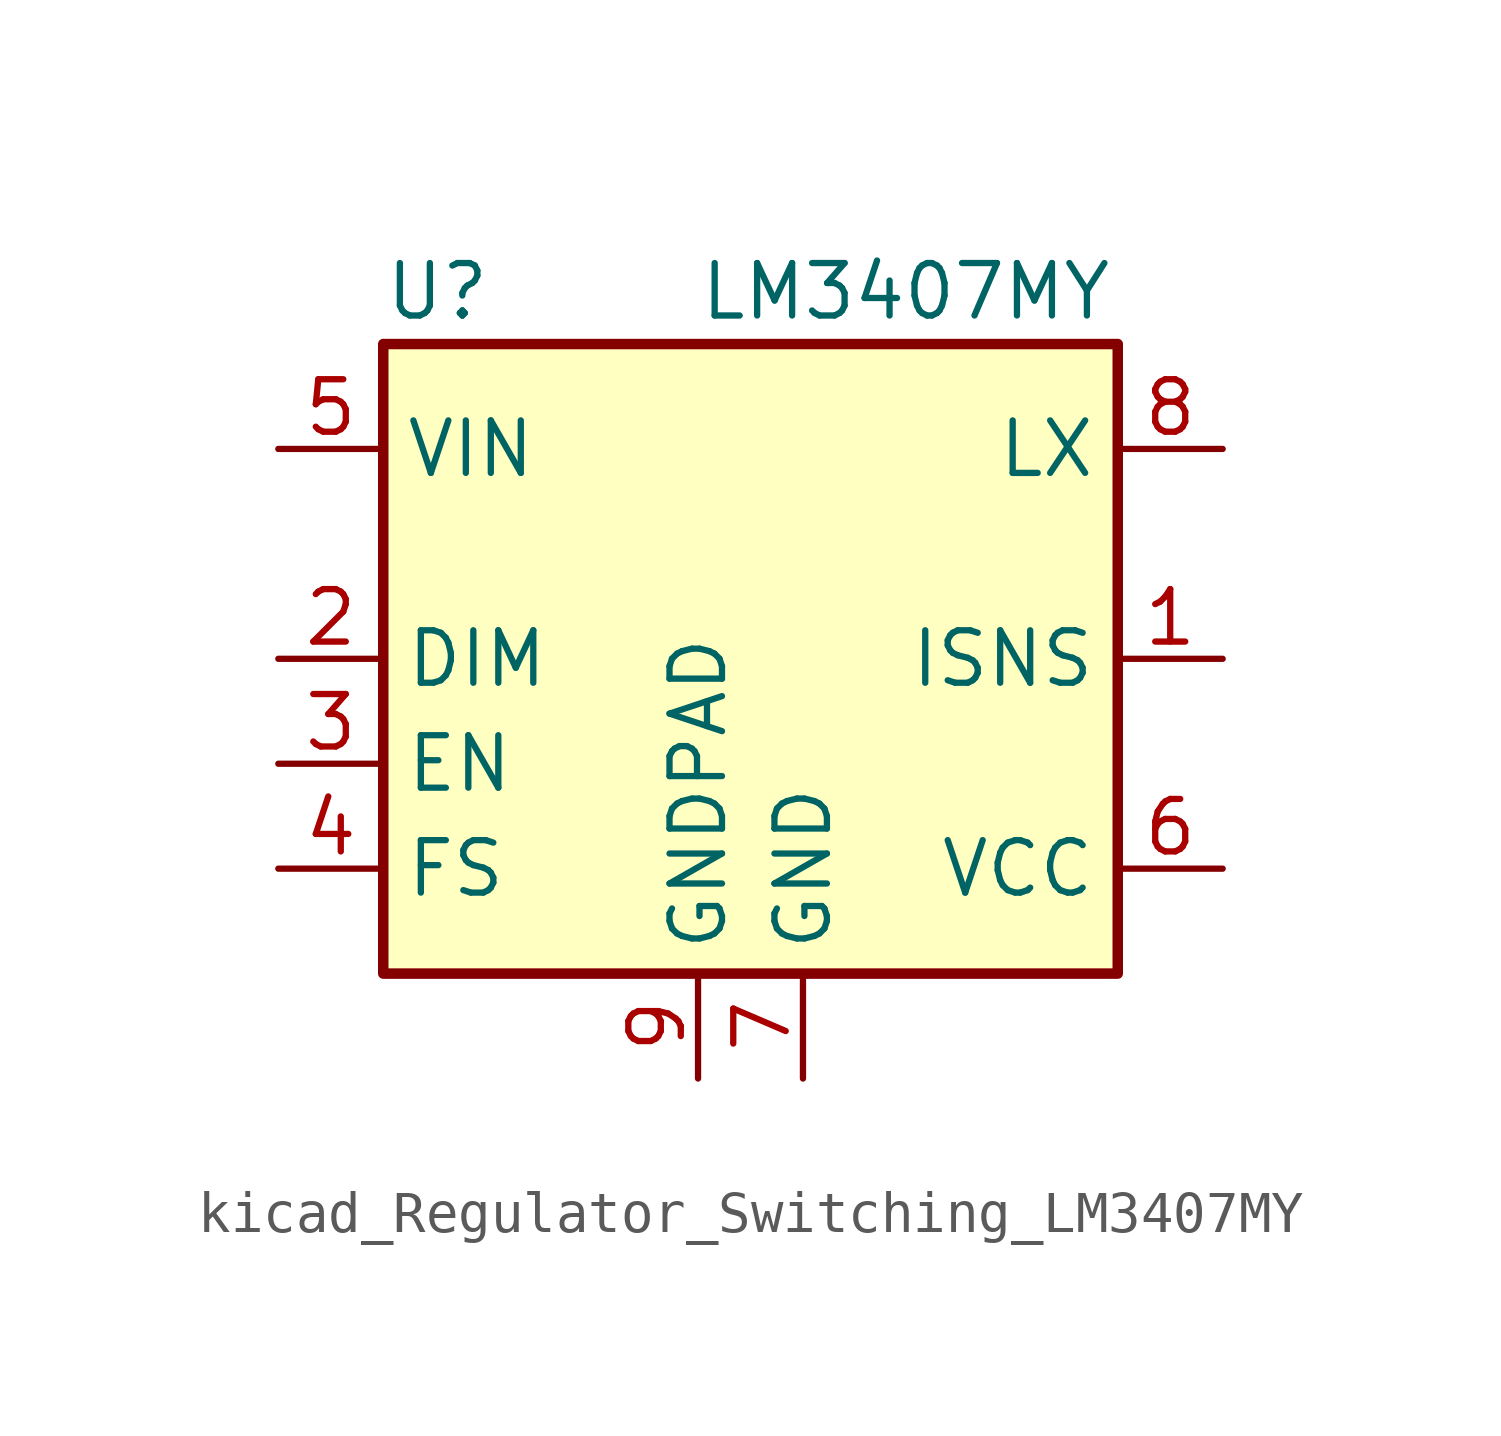
<source format=kicad_sym>
(kicad_symbol_lib
  (version 20220914)
  (generator kicad_symbol_editor)
  (symbol "kicad_Regulator_Switching_LM3407MY"
    (property "Reference" "U"
      (at -7.62 8.89 0)
      (effects (font (size 1.27 1.27)) (justify left)))
    (property "Value" "LM3407MY"
      (at 0 8.89 0)
      (effects (font (size 1.27 1.27)) (justify left)))
    (symbol "kicad_Regulator_Switching_LM3407MY_0_1"
      (rectangle (start -7.62 7.62) (end 10.16 -7.62) (stroke (width 0.254) (type default)) (fill (type background))))
    (symbol "kicad_Regulator_Switching_LM3407MY_1_1"
      (pin output line (at 12.7 0 180) (length 2.54) (name "ISNS" (effects (font (size 1.27 1.27)))) (number "1" (effects (font (size 1.27 1.27)))))
      (pin input line (at -10.16 0 0) (length 2.54) (name "DIM" (effects (font (size 1.27 1.27)))) (number "2" (effects (font (size 1.27 1.27)))))
      (pin input line (at -10.16 -2.54 0) (length 2.54) (name "EN" (effects (font (size 1.27 1.27)))) (number "3" (effects (font (size 1.27 1.27)))))
      (pin output line (at -10.16 -5.08 0) (length 2.54) (name "FS" (effects (font (size 1.27 1.27)))) (number "4" (effects (font (size 1.27 1.27)))))
      (pin power_in line (at -10.16 5.08 0) (length 2.54) (name "VIN" (effects (font (size 1.27 1.27)))) (number "5" (effects (font (size 1.27 1.27)))))
      (pin output line (at 12.7 -5.08 180) (length 2.54) (name "VCC" (effects (font (size 1.27 1.27)))) (number "6" (effects (font (size 1.27 1.27)))))
      (pin power_in line (at 2.54 -10.16 90) (length 2.54) (name "GND" (effects (font (size 1.27 1.27)))) (number "7" (effects (font (size 1.27 1.27)))))
      (pin output line (at 12.7 5.08 180) (length 2.54) (name "LX" (effects (font (size 1.27 1.27)))) (number "8" (effects (font (size 1.27 1.27)))))
      (pin power_in line (at 0 -10.16 90) (length 2.54) (name "GNDPAD" (effects (font (size 1.27 1.27)))) (number "9" (effects (font (size 1.27 1.27))))))))
</source>
